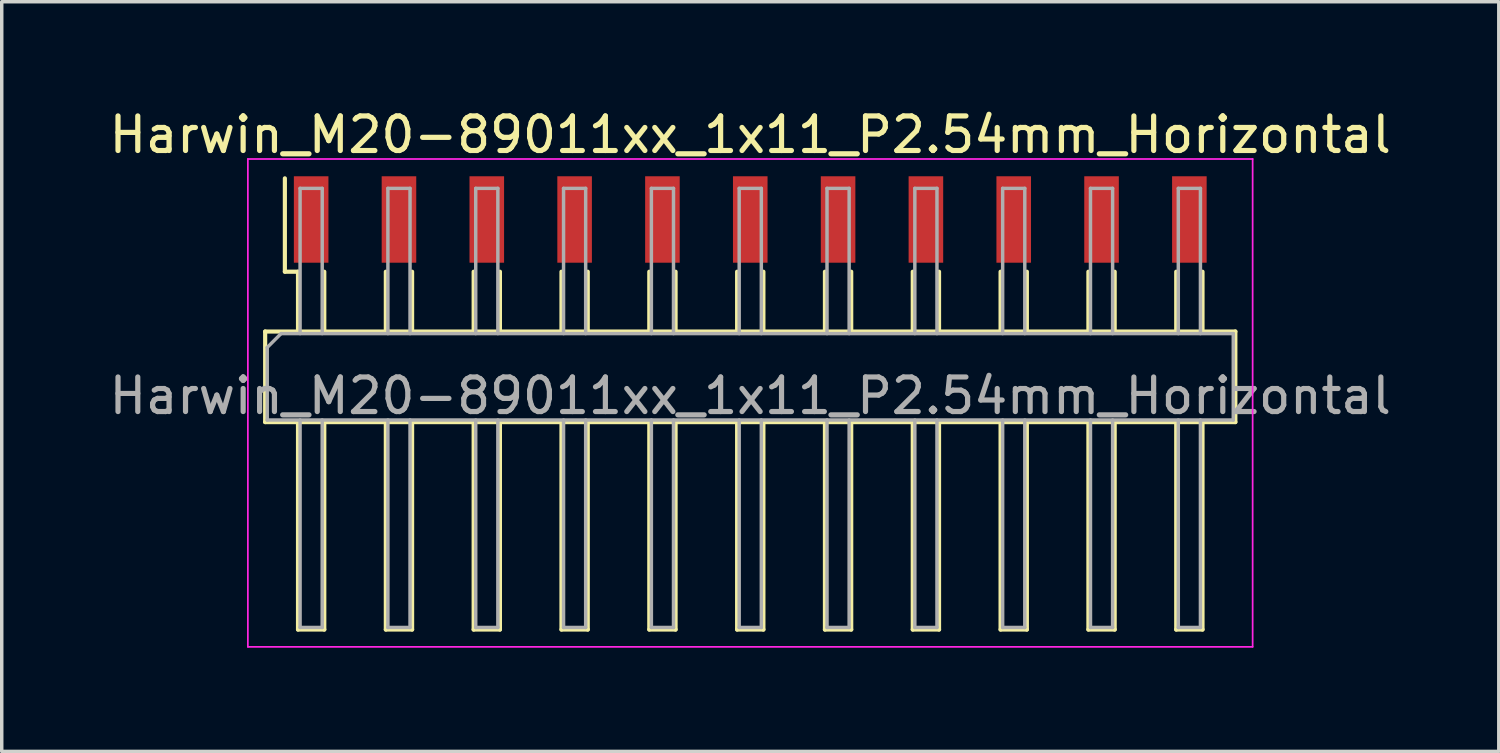
<source format=kicad_pcb>
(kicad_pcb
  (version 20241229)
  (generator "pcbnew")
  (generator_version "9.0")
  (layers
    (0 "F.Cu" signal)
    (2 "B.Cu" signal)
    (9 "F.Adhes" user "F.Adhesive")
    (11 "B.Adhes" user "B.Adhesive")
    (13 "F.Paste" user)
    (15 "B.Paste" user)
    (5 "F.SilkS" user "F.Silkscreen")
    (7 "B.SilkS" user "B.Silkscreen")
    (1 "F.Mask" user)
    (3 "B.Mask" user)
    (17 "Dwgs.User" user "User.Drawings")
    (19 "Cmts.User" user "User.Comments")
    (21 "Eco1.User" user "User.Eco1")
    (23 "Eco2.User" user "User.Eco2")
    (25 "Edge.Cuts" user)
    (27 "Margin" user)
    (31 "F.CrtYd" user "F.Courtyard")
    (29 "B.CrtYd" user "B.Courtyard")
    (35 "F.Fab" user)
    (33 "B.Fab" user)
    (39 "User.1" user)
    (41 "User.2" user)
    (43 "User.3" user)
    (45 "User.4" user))
  (footprint "Harwin_M20-89011xx_1x11_P2.54mm_Horizontal"
    (layer "F.Cu")
    (at 5.949 3.298)
    (property "Reference" "Harwin_M20-89011xx_1x11_P2.54mm_Horizontal" (at 12.7 -2.45 0) (layer "F.SilkS") (effects (font (size 1 1) (thickness 0.15))))
    (attr smd)
    (fp_line (start -1.33 3.24) (end -1.33 5.86) (stroke (width 0.12) (type solid)) (layer "F.SilkS"))
    (fp_line (start -1.33 5.86) (end 26.73 5.86) (stroke (width 0.12) (type solid)) (layer "F.SilkS"))
    (fp_line (start -0.76 1.51) (end -0.76 -1.19) (stroke (width 0.12) (type solid)) (layer "F.SilkS"))
    (fp_line (start -0.38 1.51) (end -0.76 1.51) (stroke (width 0.12) (type solid)) (layer "F.SilkS"))
    (fp_line (start -0.38 1.51) (end -0.38 3.24) (stroke (width 0.12) (type solid)) (layer "F.SilkS"))
    (fp_line (start -0.38 5.86) (end -0.38 11.86) (stroke (width 0.12) (type solid)) (layer "F.SilkS"))
    (fp_line (start -0.38 11.86) (end 0.38 11.86) (stroke (width 0.12) (type solid)) (layer "F.SilkS"))
    (fp_line (start 0.38 1.51) (end 0.38 3.24) (stroke (width 0.12) (type solid)) (layer "F.SilkS"))
    (fp_line (start 0.38 11.86) (end 0.38 5.86) (stroke (width 0.12) (type solid)) (layer "F.SilkS"))
    (fp_line (start 2.16 1.51) (end 2.16 3.24) (stroke (width 0.12) (type solid)) (layer "F.SilkS"))
    (fp_line (start 2.16 5.86) (end 2.16 11.86) (stroke (width 0.12) (type solid)) (layer "F.SilkS"))
    (fp_line (start 2.16 11.86) (end 2.92 11.86) (stroke (width 0.12) (type solid)) (layer "F.SilkS"))
    (fp_line (start 2.92 1.51) (end 2.92 3.24) (stroke (width 0.12) (type solid)) (layer "F.SilkS"))
    (fp_line (start 2.92 11.86) (end 2.92 5.86) (stroke (width 0.12) (type solid)) (layer "F.SilkS"))
    (fp_line (start 4.7 1.51) (end 4.7 3.24) (stroke (width 0.12) (type solid)) (layer "F.SilkS"))
    (fp_line (start 4.7 5.86) (end 4.7 11.86) (stroke (width 0.12) (type solid)) (layer "F.SilkS"))
    (fp_line (start 4.7 11.86) (end 5.46 11.86) (stroke (width 0.12) (type solid)) (layer "F.SilkS"))
    (fp_line (start 5.46 1.51) (end 5.46 3.24) (stroke (width 0.12) (type solid)) (layer "F.SilkS"))
    (fp_line (start 5.46 11.86) (end 5.46 5.86) (stroke (width 0.12) (type solid)) (layer "F.SilkS"))
    (fp_line (start 7.24 1.51) (end 7.24 3.24) (stroke (width 0.12) (type solid)) (layer "F.SilkS"))
    (fp_line (start 7.24 5.86) (end 7.24 11.86) (stroke (width 0.12) (type solid)) (layer "F.SilkS"))
    (fp_line (start 7.24 11.86) (end 8 11.86) (stroke (width 0.12) (type solid)) (layer "F.SilkS"))
    (fp_line (start 8 1.51) (end 8 3.24) (stroke (width 0.12) (type solid)) (layer "F.SilkS"))
    (fp_line (start 8 11.86) (end 8 5.86) (stroke (width 0.12) (type solid)) (layer "F.SilkS"))
    (fp_line (start 9.78 1.51) (end 9.78 3.24) (stroke (width 0.12) (type solid)) (layer "F.SilkS"))
    (fp_line (start 9.78 5.86) (end 9.78 11.86) (stroke (width 0.12) (type solid)) (layer "F.SilkS"))
    (fp_line (start 9.78 11.86) (end 10.54 11.86) (stroke (width 0.12) (type solid)) (layer "F.SilkS"))
    (fp_line (start 10.54 1.51) (end 10.54 3.24) (stroke (width 0.12) (type solid)) (layer "F.SilkS"))
    (fp_line (start 10.54 11.86) (end 10.54 5.86) (stroke (width 0.12) (type solid)) (layer "F.SilkS"))
    (fp_line (start 12.32 1.51) (end 12.32 3.24) (stroke (width 0.12) (type solid)) (layer "F.SilkS"))
    (fp_line (start 12.32 5.86) (end 12.32 11.86) (stroke (width 0.12) (type solid)) (layer "F.SilkS"))
    (fp_line (start 12.32 11.86) (end 13.08 11.86) (stroke (width 0.12) (type solid)) (layer "F.SilkS"))
    (fp_line (start 13.08 1.51) (end 13.08 3.24) (stroke (width 0.12) (type solid)) (layer "F.SilkS"))
    (fp_line (start 13.08 11.86) (end 13.08 5.86) (stroke (width 0.12) (type solid)) (layer "F.SilkS"))
    (fp_line (start 14.86 1.51) (end 14.86 3.24) (stroke (width 0.12) (type solid)) (layer "F.SilkS"))
    (fp_line (start 14.86 5.86) (end 14.86 11.86) (stroke (width 0.12) (type solid)) (layer "F.SilkS"))
    (fp_line (start 14.86 11.86) (end 15.62 11.86) (stroke (width 0.12) (type solid)) (layer "F.SilkS"))
    (fp_line (start 15.62 1.51) (end 15.62 3.24) (stroke (width 0.12) (type solid)) (layer "F.SilkS"))
    (fp_line (start 15.62 11.86) (end 15.62 5.86) (stroke (width 0.12) (type solid)) (layer "F.SilkS"))
    (fp_line (start 17.4 1.51) (end 17.4 3.24) (stroke (width 0.12) (type solid)) (layer "F.SilkS"))
    (fp_line (start 17.4 5.86) (end 17.4 11.86) (stroke (width 0.12) (type solid)) (layer "F.SilkS"))
    (fp_line (start 17.4 11.86) (end 18.16 11.86) (stroke (width 0.12) (type solid)) (layer "F.SilkS"))
    (fp_line (start 18.16 1.51) (end 18.16 3.24) (stroke (width 0.12) (type solid)) (layer "F.SilkS"))
    (fp_line (start 18.16 11.86) (end 18.16 5.86) (stroke (width 0.12) (type solid)) (layer "F.SilkS"))
    (fp_line (start 19.94 1.51) (end 19.94 3.24) (stroke (width 0.12) (type solid)) (layer "F.SilkS"))
    (fp_line (start 19.94 5.86) (end 19.94 11.86) (stroke (width 0.12) (type solid)) (layer "F.SilkS"))
    (fp_line (start 19.94 11.86) (end 20.7 11.86) (stroke (width 0.12) (type solid)) (layer "F.SilkS"))
    (fp_line (start 20.7 1.51) (end 20.7 3.24) (stroke (width 0.12) (type solid)) (layer "F.SilkS"))
    (fp_line (start 20.7 11.86) (end 20.7 5.86) (stroke (width 0.12) (type solid)) (layer "F.SilkS"))
    (fp_line (start 22.48 1.51) (end 22.48 3.24) (stroke (width 0.12) (type solid)) (layer "F.SilkS"))
    (fp_line (start 22.48 5.86) (end 22.48 11.86) (stroke (width 0.12) (type solid)) (layer "F.SilkS"))
    (fp_line (start 22.48 11.86) (end 23.24 11.86) (stroke (width 0.12) (type solid)) (layer "F.SilkS"))
    (fp_line (start 23.24 1.51) (end 23.24 3.24) (stroke (width 0.12) (type solid)) (layer "F.SilkS"))
    (fp_line (start 23.24 11.86) (end 23.24 5.86) (stroke (width 0.12) (type solid)) (layer "F.SilkS"))
    (fp_line (start 25.02 1.51) (end 25.02 3.24) (stroke (width 0.12) (type solid)) (layer "F.SilkS"))
    (fp_line (start 25.02 5.86) (end 25.02 11.86) (stroke (width 0.12) (type solid)) (layer "F.SilkS"))
    (fp_line (start 25.02 11.86) (end 25.78 11.86) (stroke (width 0.12) (type solid)) (layer "F.SilkS"))
    (fp_line (start 25.78 1.51) (end 25.78 3.24) (stroke (width 0.12) (type solid)) (layer "F.SilkS"))
    (fp_line (start 25.78 11.86) (end 25.78 5.86) (stroke (width 0.12) (type solid)) (layer "F.SilkS"))
    (fp_line (start 26.73 3.24) (end -1.33 3.24) (stroke (width 0.12) (type solid)) (layer "F.SilkS"))
    (fp_line (start 26.73 5.86) (end 26.73 3.24) (stroke (width 0.12) (type solid)) (layer "F.SilkS"))
    (fp_line (start -1.83 -1.75) (end 27.23 -1.75) (stroke (width 0.05) (type solid)) (layer "F.CrtYd"))
    (fp_line (start -1.83 12.36) (end -1.83 -1.75) (stroke (width 0.05) (type solid)) (layer "F.CrtYd"))
    (fp_line (start 27.23 -1.75) (end 27.23 12.36) (stroke (width 0.05) (type solid)) (layer "F.CrtYd"))
    (fp_line (start 27.23 12.36) (end -1.83 12.36) (stroke (width 0.05) (type solid)) (layer "F.CrtYd"))
    (fp_line (start -1.27 3.7) (end -1.27 5.8) (stroke (width 0.1) (type solid)) (layer "F.Fab"))
    (fp_line (start -1.27 5.8) (end 26.67 5.8) (stroke (width 0.1) (type solid)) (layer "F.Fab"))
    (fp_line (start -0.87 3.3) (end -1.27 3.7) (stroke (width 0.1) (type solid)) (layer "F.Fab"))
    (fp_line (start -0.32 -0.9) (end 0.32 -0.9) (stroke (width 0.1) (type solid)) (layer "F.Fab"))
    (fp_line (start -0.32 3.3) (end -0.32 -0.9) (stroke (width 0.1) (type solid)) (layer "F.Fab"))
    (fp_line (start -0.32 5.8) (end -0.32 11.8) (stroke (width 0.1) (type solid)) (layer "F.Fab"))
    (fp_line (start -0.32 11.8) (end 0.32 11.8) (stroke (width 0.1) (type solid)) (layer "F.Fab"))
    (fp_line (start 0.32 -0.9) (end 0.32 3.3) (stroke (width 0.1) (type solid)) (layer "F.Fab"))
    (fp_line (start 0.32 11.8) (end 0.32 5.8) (stroke (width 0.1) (type solid)) (layer "F.Fab"))
    (fp_line (start 2.22 -0.9) (end 2.86 -0.9) (stroke (width 0.1) (type solid)) (layer "F.Fab"))
    (fp_line (start 2.22 3.3) (end 2.22 -0.9) (stroke (width 0.1) (type solid)) (layer "F.Fab"))
    (fp_line (start 2.22 5.8) (end 2.22 11.8) (stroke (width 0.1) (type solid)) (layer "F.Fab"))
    (fp_line (start 2.22 11.8) (end 2.86 11.8) (stroke (width 0.1) (type solid)) (layer "F.Fab"))
    (fp_line (start 2.86 -0.9) (end 2.86 3.3) (stroke (width 0.1) (type solid)) (layer "F.Fab"))
    (fp_line (start 2.86 11.8) (end 2.86 5.8) (stroke (width 0.1) (type solid)) (layer "F.Fab"))
    (fp_line (start 4.76 -0.9) (end 5.4 -0.9) (stroke (width 0.1) (type solid)) (layer "F.Fab"))
    (fp_line (start 4.76 3.3) (end 4.76 -0.9) (stroke (width 0.1) (type solid)) (layer "F.Fab"))
    (fp_line (start 4.76 5.8) (end 4.76 11.8) (stroke (width 0.1) (type solid)) (layer "F.Fab"))
    (fp_line (start 4.76 11.8) (end 5.4 11.8) (stroke (width 0.1) (type solid)) (layer "F.Fab"))
    (fp_line (start 5.4 -0.9) (end 5.4 3.3) (stroke (width 0.1) (type solid)) (layer "F.Fab"))
    (fp_line (start 5.4 11.8) (end 5.4 5.8) (stroke (width 0.1) (type solid)) (layer "F.Fab"))
    (fp_line (start 7.3 -0.9) (end 7.94 -0.9) (stroke (width 0.1) (type solid)) (layer "F.Fab"))
    (fp_line (start 7.3 3.3) (end 7.3 -0.9) (stroke (width 0.1) (type solid)) (layer "F.Fab"))
    (fp_line (start 7.3 5.8) (end 7.3 11.8) (stroke (width 0.1) (type solid)) (layer "F.Fab"))
    (fp_line (start 7.3 11.8) (end 7.94 11.8) (stroke (width 0.1) (type solid)) (layer "F.Fab"))
    (fp_line (start 7.94 -0.9) (end 7.94 3.3) (stroke (width 0.1) (type solid)) (layer "F.Fab"))
    (fp_line (start 7.94 11.8) (end 7.94 5.8) (stroke (width 0.1) (type solid)) (layer "F.Fab"))
    (fp_line (start 9.84 -0.9) (end 10.48 -0.9) (stroke (width 0.1) (type solid)) (layer "F.Fab"))
    (fp_line (start 9.84 3.3) (end 9.84 -0.9) (stroke (width 0.1) (type solid)) (layer "F.Fab"))
    (fp_line (start 9.84 5.8) (end 9.84 11.8) (stroke (width 0.1) (type solid)) (layer "F.Fab"))
    (fp_line (start 9.84 11.8) (end 10.48 11.8) (stroke (width 0.1) (type solid)) (layer "F.Fab"))
    (fp_line (start 10.48 -0.9) (end 10.48 3.3) (stroke (width 0.1) (type solid)) (layer "F.Fab"))
    (fp_line (start 10.48 11.8) (end 10.48 5.8) (stroke (width 0.1) (type solid)) (layer "F.Fab"))
    (fp_line (start 12.38 -0.9) (end 13.02 -0.9) (stroke (width 0.1) (type solid)) (layer "F.Fab"))
    (fp_line (start 12.38 3.3) (end 12.38 -0.9) (stroke (width 0.1) (type solid)) (layer "F.Fab"))
    (fp_line (start 12.38 5.8) (end 12.38 11.8) (stroke (width 0.1) (type solid)) (layer "F.Fab"))
    (fp_line (start 12.38 11.8) (end 13.02 11.8) (stroke (width 0.1) (type solid)) (layer "F.Fab"))
    (fp_line (start 13.02 -0.9) (end 13.02 3.3) (stroke (width 0.1) (type solid)) (layer "F.Fab"))
    (fp_line (start 13.02 11.8) (end 13.02 5.8) (stroke (width 0.1) (type solid)) (layer "F.Fab"))
    (fp_line (start 14.92 -0.9) (end 15.56 -0.9) (stroke (width 0.1) (type solid)) (layer "F.Fab"))
    (fp_line (start 14.92 3.3) (end 14.92 -0.9) (stroke (width 0.1) (type solid)) (layer "F.Fab"))
    (fp_line (start 14.92 5.8) (end 14.92 11.8) (stroke (width 0.1) (type solid)) (layer "F.Fab"))
    (fp_line (start 14.92 11.8) (end 15.56 11.8) (stroke (width 0.1) (type solid)) (layer "F.Fab"))
    (fp_line (start 15.56 -0.9) (end 15.56 3.3) (stroke (width 0.1) (type solid)) (layer "F.Fab"))
    (fp_line (start 15.56 11.8) (end 15.56 5.8) (stroke (width 0.1) (type solid)) (layer "F.Fab"))
    (fp_line (start 17.46 -0.9) (end 18.1 -0.9) (stroke (width 0.1) (type solid)) (layer "F.Fab"))
    (fp_line (start 17.46 3.3) (end 17.46 -0.9) (stroke (width 0.1) (type solid)) (layer "F.Fab"))
    (fp_line (start 17.46 5.8) (end 17.46 11.8) (stroke (width 0.1) (type solid)) (layer "F.Fab"))
    (fp_line (start 17.46 11.8) (end 18.1 11.8) (stroke (width 0.1) (type solid)) (layer "F.Fab"))
    (fp_line (start 18.1 -0.9) (end 18.1 3.3) (stroke (width 0.1) (type solid)) (layer "F.Fab"))
    (fp_line (start 18.1 11.8) (end 18.1 5.8) (stroke (width 0.1) (type solid)) (layer "F.Fab"))
    (fp_line (start 20 -0.9) (end 20.64 -0.9) (stroke (width 0.1) (type solid)) (layer "F.Fab"))
    (fp_line (start 20 3.3) (end 20 -0.9) (stroke (width 0.1) (type solid)) (layer "F.Fab"))
    (fp_line (start 20 5.8) (end 20 11.8) (stroke (width 0.1) (type solid)) (layer "F.Fab"))
    (fp_line (start 20 11.8) (end 20.64 11.8) (stroke (width 0.1) (type solid)) (layer "F.Fab"))
    (fp_line (start 20.64 -0.9) (end 20.64 3.3) (stroke (width 0.1) (type solid)) (layer "F.Fab"))
    (fp_line (start 20.64 11.8) (end 20.64 5.8) (stroke (width 0.1) (type solid)) (layer "F.Fab"))
    (fp_line (start 22.54 -0.9) (end 23.18 -0.9) (stroke (width 0.1) (type solid)) (layer "F.Fab"))
    (fp_line (start 22.54 3.3) (end 22.54 -0.9) (stroke (width 0.1) (type solid)) (layer "F.Fab"))
    (fp_line (start 22.54 5.8) (end 22.54 11.8) (stroke (width 0.1) (type solid)) (layer "F.Fab"))
    (fp_line (start 22.54 11.8) (end 23.18 11.8) (stroke (width 0.1) (type solid)) (layer "F.Fab"))
    (fp_line (start 23.18 -0.9) (end 23.18 3.3) (stroke (width 0.1) (type solid)) (layer "F.Fab"))
    (fp_line (start 23.18 11.8) (end 23.18 5.8) (stroke (width 0.1) (type solid)) (layer "F.Fab"))
    (fp_line (start 25.08 -0.9) (end 25.72 -0.9) (stroke (width 0.1) (type solid)) (layer "F.Fab"))
    (fp_line (start 25.08 3.3) (end 25.08 -0.9) (stroke (width 0.1) (type solid)) (layer "F.Fab"))
    (fp_line (start 25.08 5.8) (end 25.08 11.8) (stroke (width 0.1) (type solid)) (layer "F.Fab"))
    (fp_line (start 25.08 11.8) (end 25.72 11.8) (stroke (width 0.1) (type solid)) (layer "F.Fab"))
    (fp_line (start 25.72 -0.9) (end 25.72 3.3) (stroke (width 0.1) (type solid)) (layer "F.Fab"))
    (fp_line (start 25.72 11.8) (end 25.72 5.8) (stroke (width 0.1) (type solid)) (layer "F.Fab"))
    (fp_line (start 26.67 3.3) (end -0.87 3.3) (stroke (width 0.1) (type solid)) (layer "F.Fab"))
    (fp_line (start 26.67 5.8) (end 26.67 3.3) (stroke (width 0.1) (type solid)) (layer "F.Fab"))
    (fp_text user "${REFERENCE}" (at 12.7 5.1 0) (layer "F.Fab") (effects (font (size 1 1) (thickness 0.15))))
    (pad "1" smd rect (at 0 0) (size 1 2.5) (layers "F.Cu" "F.Mask" "F.Paste"))
    (pad "2" smd rect (at 2.54 0) (size 1 2.5) (layers "F.Cu" "F.Mask" "F.Paste"))
    (pad "3" smd rect (at 5.08 0) (size 1 2.5) (layers "F.Cu" "F.Mask" "F.Paste"))
    (pad "4" smd rect (at 7.62 0) (size 1 2.5) (layers "F.Cu" "F.Mask" "F.Paste"))
    (pad "5" smd rect (at 10.16 0) (size 1 2.5) (layers "F.Cu" "F.Mask" "F.Paste"))
    (pad "6" smd rect (at 12.7 0) (size 1 2.5) (layers "F.Cu" "F.Mask" "F.Paste"))
    (pad "7" smd rect (at 15.24 0) (size 1 2.5) (layers "F.Cu" "F.Mask" "F.Paste"))
    (pad "8" smd rect (at 17.78 0) (size 1 2.5) (layers "F.Cu" "F.Mask" "F.Paste"))
    (pad "9" smd rect (at 20.32 0) (size 1 2.5) (layers "F.Cu" "F.Mask" "F.Paste"))
    (pad "10" smd rect (at 22.86 0) (size 1 2.5) (layers "F.Cu" "F.Mask" "F.Paste"))
    (pad "11" smd rect (at 25.4 0) (size 1 2.5) (layers "F.Cu" "F.Mask" "F.Paste")))
  (gr_rect
    (start -3 -3)
    (end 40.298 18.683)
    (stroke (width 0.1) (type default))
    (fill no)
    (layer "Edge.Cuts")))
</source>
